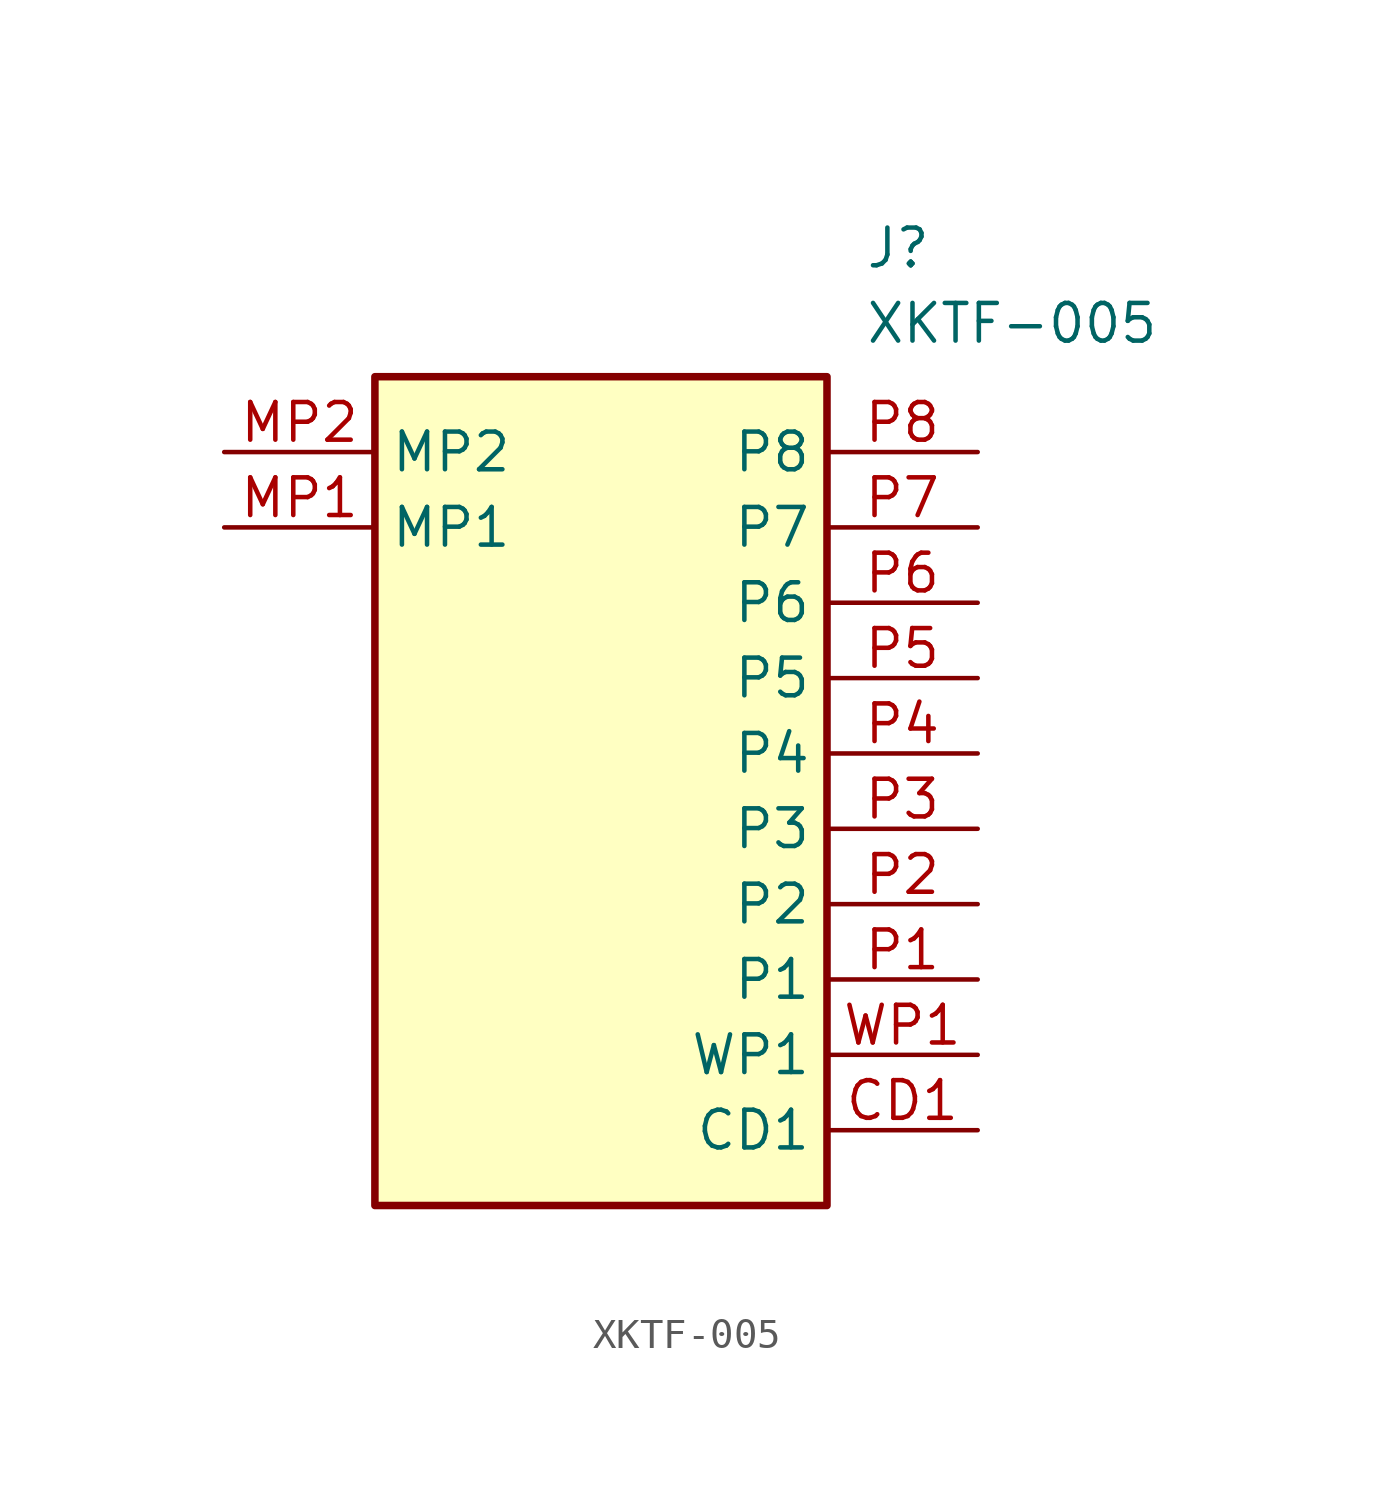
<source format=kicad_sym>
(kicad_symbol_lib
  (version 20211014)
  (generator SamacSys_ECAD_Model)
  (symbol "XKTF-005"
    (property "Reference" "J"
      (at 21.59 7.62 0)
      (effects (font (size 1.27 1.27)) (justify left top)))
    (property "Value" "XKTF-005"
      (at 21.59 5.08 0)
      (effects (font (size 1.27 1.27)) (justify left top)))
    (rectangle
      (start 5.08 2.54)
      (end 20.32 -25.4)
      (stroke (width 0.254) (type default))
      (fill (type background)))
    (pin passive line
      (at 25.4 -17.78 180)
      (length 5.08)
      (name "P1" (effects (font (size 1.27 1.27))))
      (number "P1" (effects (font (size 1.27 1.27)))))
    (pin passive line
      (at 25.4 -15.24 180)
      (length 5.08)
      (name "P2" (effects (font (size 1.27 1.27))))
      (number "P2" (effects (font (size 1.27 1.27)))))
    (pin passive line
      (at 25.4 -12.7 180)
      (length 5.08)
      (name "P3" (effects (font (size 1.27 1.27))))
      (number "P3" (effects (font (size 1.27 1.27)))))
    (pin passive line
      (at 25.4 -10.16 180)
      (length 5.08)
      (name "P4" (effects (font (size 1.27 1.27))))
      (number "P4" (effects (font (size 1.27 1.27)))))
    (pin passive line
      (at 25.4 -7.62 180)
      (length 5.08)
      (name "P5" (effects (font (size 1.27 1.27))))
      (number "P5" (effects (font (size 1.27 1.27)))))
    (pin passive line
      (at 25.4 -5.08 180)
      (length 5.08)
      (name "P6" (effects (font (size 1.27 1.27))))
      (number "P6" (effects (font (size 1.27 1.27)))))
    (pin passive line
      (at 25.4 -2.54 180)
      (length 5.08)
      (name "P7" (effects (font (size 1.27 1.27))))
      (number "P7" (effects (font (size 1.27 1.27)))))
    (pin passive line
      (at 25.4 0 180)
      (length 5.08)
      (name "P8" (effects (font (size 1.27 1.27))))
      (number "P8" (effects (font (size 1.27 1.27)))))
    (pin passive line
      (at 25.4 -22.86 180)
      (length 5.08)
      (name "CD1" (effects (font (size 1.27 1.27))))
      (number "CD1" (effects (font (size 1.27 1.27)))))
    (pin passive line
      (at 0 -2.54 0)
      (length 5.08)
      (name "MP1" (effects (font (size 1.27 1.27))))
      (number "MP1" (effects (font (size 1.27 1.27)))))
    (pin passive line
      (at 0 0 0)
      (length 5.08)
      (name "MP2" (effects (font (size 1.27 1.27))))
      (number "MP2" (effects (font (size 1.27 1.27)))))
    (pin passive line
      (at 25.4 -20.32 180)
      (length 5.08)
      (name "WP1" (effects (font (size 1.27 1.27))))
      (number "WP1" (effects (font (size 1.27 1.27)))))))
</source>
